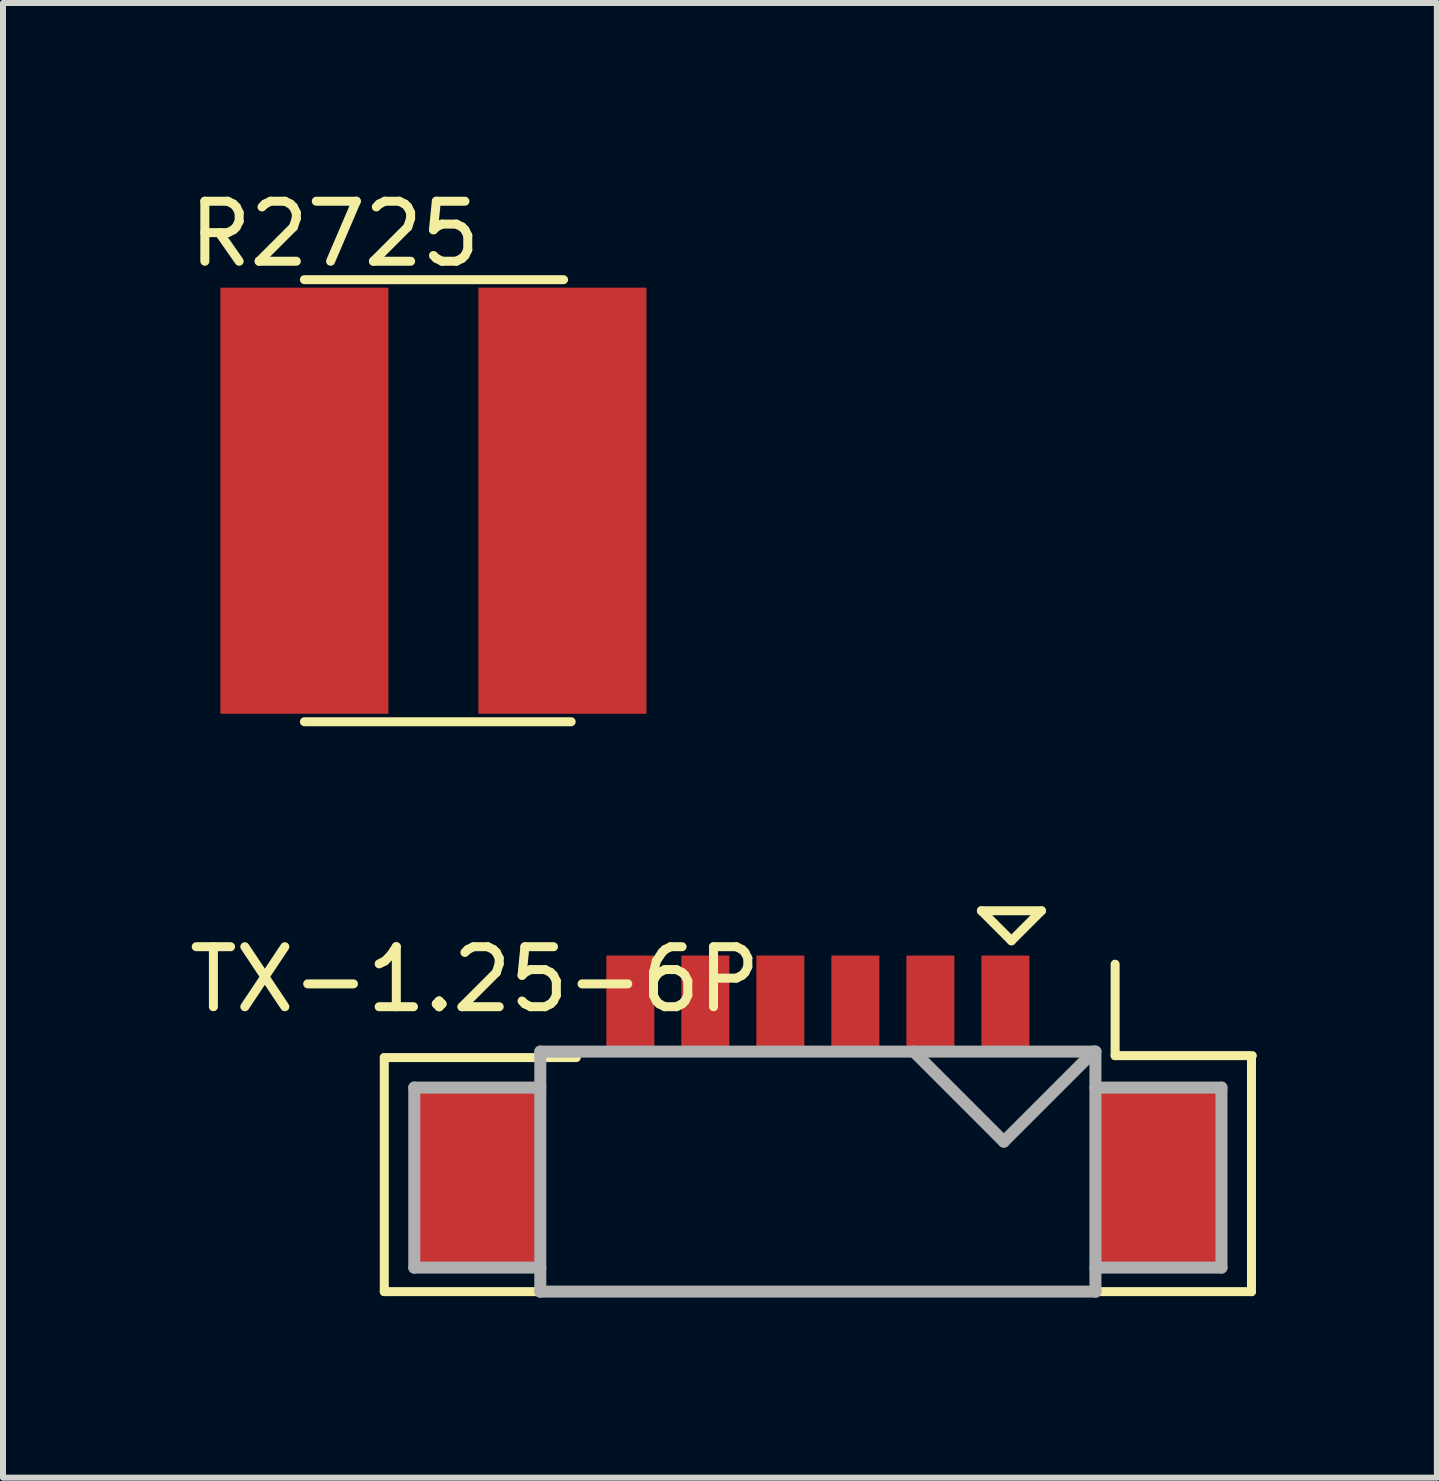
<source format=kicad_pcb>
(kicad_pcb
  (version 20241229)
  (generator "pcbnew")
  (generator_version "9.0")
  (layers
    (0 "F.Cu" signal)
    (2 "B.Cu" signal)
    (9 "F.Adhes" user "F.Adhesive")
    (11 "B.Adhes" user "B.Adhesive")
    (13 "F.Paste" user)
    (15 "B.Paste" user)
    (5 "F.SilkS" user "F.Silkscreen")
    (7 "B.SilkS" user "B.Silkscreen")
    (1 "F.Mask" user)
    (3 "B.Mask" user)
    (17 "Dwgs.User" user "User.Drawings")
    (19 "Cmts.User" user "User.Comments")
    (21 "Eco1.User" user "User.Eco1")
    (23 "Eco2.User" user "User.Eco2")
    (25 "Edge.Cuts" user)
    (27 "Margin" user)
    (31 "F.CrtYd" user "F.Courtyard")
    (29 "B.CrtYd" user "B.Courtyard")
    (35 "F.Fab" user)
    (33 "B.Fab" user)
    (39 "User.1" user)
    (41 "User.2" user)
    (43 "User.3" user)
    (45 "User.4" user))
  (footprint "TX-1.25-6P"
    (layer "F.Cu")
    (at 10.578 16.572)
    (property "Reference" "TX-1.25-6P" (at -5.715 -3.302 0) (layer "F.SilkS") (effects (font (size 1 1) (thickness 0.15))))
    (attr smd)
    (fp_line (start -7.225 -2) (end -7.225 1.9) (stroke (width 0.15) (type solid)) (layer "F.SilkS"))
    (fp_line (start -7.225 1.9) (end 7.225 1.9) (stroke (width 0.15) (type solid)) (layer "F.SilkS"))
    (fp_line (start -4.025 -2) (end -7.225 -2) (stroke (width 0.15) (type solid)) (layer "F.SilkS"))
    (fp_line (start 2.725 -4.446) (end 3.725 -4.446) (stroke (width 0.15) (type solid)) (layer "F.SilkS"))
    (fp_line (start 3.225 -3.946) (end 2.725 -4.446) (stroke (width 0.15) (type solid)) (layer "F.SilkS"))
    (fp_line (start 3.725 -4.446) (end 3.225 -3.946) (stroke (width 0.15) (type solid)) (layer "F.SilkS"))
    (fp_line (start 4.953 -2.032) (end 4.953 -3.556) (stroke (width 0.15) (type solid)) (layer "F.SilkS"))
    (fp_line (start 4.953 -2.032) (end 7.239 -2.032) (stroke (width 0.15) (type solid)) (layer "F.SilkS"))
    (fp_line (start 7.225 1.9) (end 7.225 -2) (stroke (width 0.15) (type solid)) (layer "F.SilkS"))
    (fp_line (start -6.725 -1.5) (end -6.725 1.5) (stroke (width 0.2) (type solid)) (layer "F.Fab"))
    (fp_line (start -6.725 1.5) (end -4.625 1.5) (stroke (width 0.2) (type solid)) (layer "F.Fab"))
    (fp_line (start -4.625 -2.1) (end -4.625 1.9) (stroke (width 0.2) (type solid)) (layer "F.Fab"))
    (fp_line (start -4.625 -1.5) (end -6.725 -1.5) (stroke (width 0.2) (type solid)) (layer "F.Fab"))
    (fp_line (start -4.625 1.9) (end 4.625 1.9) (stroke (width 0.2) (type solid)) (layer "F.Fab"))
    (fp_line (start 1.598 -2.1) (end 3.098 -0.6) (stroke (width 0.2) (type solid)) (layer "F.Fab"))
    (fp_line (start 3.098 -0.6) (end 4.598 -2.1) (stroke (width 0.2) (type solid)) (layer "F.Fab"))
    (fp_line (start 4.625 -2.1) (end -4.625 -2.1) (stroke (width 0.2) (type solid)) (layer "F.Fab"))
    (fp_line (start 4.625 -1.5) (end 6.725 -1.5) (stroke (width 0.2) (type solid)) (layer "F.Fab"))
    (fp_line (start 4.625 1.9) (end 4.625 -2.1) (stroke (width 0.2) (type solid)) (layer "F.Fab"))
    (fp_line (start 6.725 -1.5) (end 6.725 1.5) (stroke (width 0.2) (type solid)) (layer "F.Fab"))
    (fp_line (start 6.725 1.5) (end 4.625 1.5) (stroke (width 0.2) (type solid)) (layer "F.Fab"))
    (pad "" smd rect (at -5.675 0) (size 2.1 3) (layers "F.Cu" "F.Mask" "F.Paste"))
    (pad "" smd rect (at 5.675 0) (size 2.1 3) (layers "F.Cu" "F.Mask" "F.Paste"))
    (pad "1" smd rect (at 3.125 -2.9) (size 0.8 1.6) (layers "F.Cu" "F.Mask" "F.Paste"))
    (pad "2" smd rect (at 1.875 -2.9) (size 0.8 1.6) (layers "F.Cu" "F.Mask" "F.Paste"))
    (pad "3" smd rect (at 0.625 -2.9) (size 0.8 1.6) (layers "F.Cu" "F.Mask" "F.Paste"))
    (pad "4" smd rect (at -0.625 -2.9) (size 0.8 1.6) (layers "F.Cu" "F.Mask" "F.Paste"))
    (pad "5" smd rect (at -1.875 -2.9) (size 0.8 1.6) (layers "F.Cu" "F.Mask" "F.Paste"))
    (pad "6" smd rect (at -3.125 -2.9) (size 0.8 1.6) (layers "F.Cu" "F.Mask" "F.Paste")))
  (footprint "R2725"
    (layer "F.Cu")
    (at 2.022 5.293)
    (property "Reference" "R2725" (at 0.508 -4.445 0) (layer "F.SilkS") (effects (font (size 1 1) (thickness 0.15))))
    (attr through_hole)
    (fp_line (start 0 -3.683) (end 4.318 -3.683) (stroke (width 0.15) (type solid)) (layer "F.SilkS"))
    (fp_line (start 0 3.683) (end 4.445 3.683) (stroke (width 0.15) (type solid)) (layer "F.SilkS"))
    (pad "1" smd rect (at 0 0) (size 2.8 7.1) (layers "F.Cu" "F.Mask" "F.Paste"))
    (pad "2" smd rect (at 4.3 0) (size 2.8 7.1) (layers "F.Cu" "F.Mask" "F.Paste")))
  (gr_rect
    (start -3 -3)
    (end 20.892 21.572)
    (stroke (width 0.1) (type default))
    (fill no)
    (layer "Edge.Cuts")))
</source>
